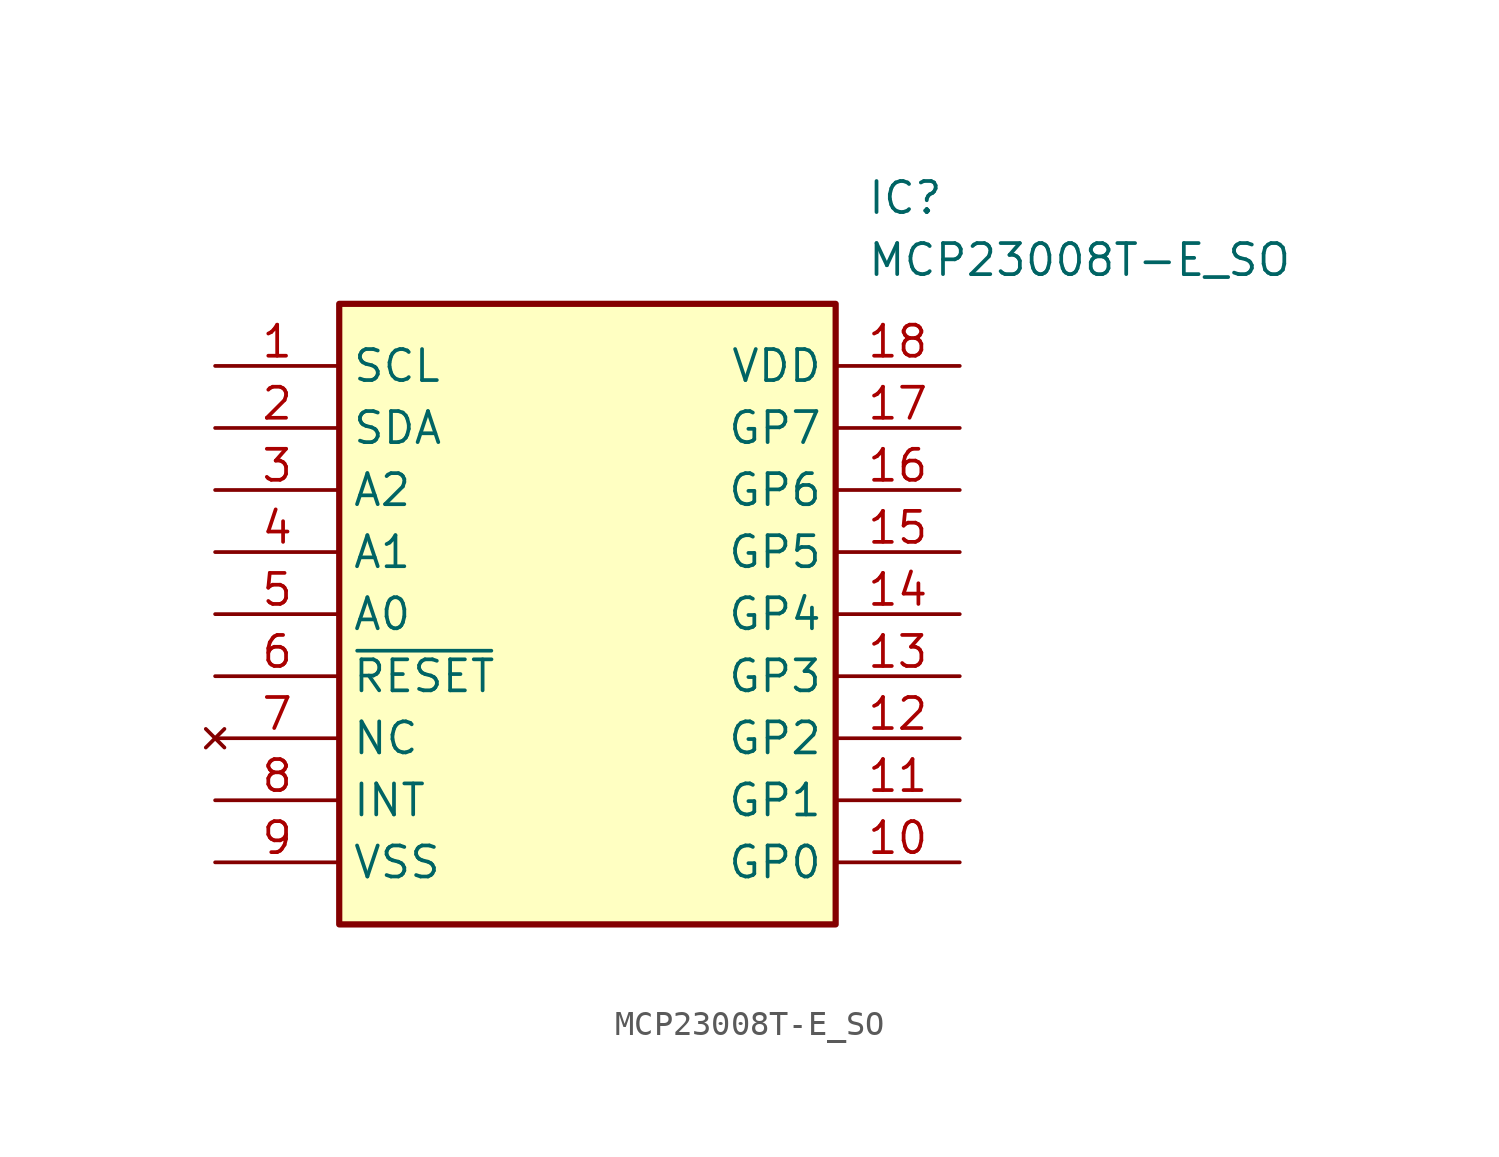
<source format=kicad_sym>
(kicad_symbol_lib
  (version 20211014)
  (generator SamacSys_ECAD_Model)
  (symbol "MCP23008T-E_SO"
    (property "Reference" "IC"
      (at 26.67 7.62 0)
      (effects (font (size 1.27 1.27)) (justify left top)))
    (property "Value" "MCP23008T-E_SO"
      (at 26.67 5.08 0)
      (effects (font (size 1.27 1.27)) (justify left top)))
    (rectangle
      (start 5.08 2.54)
      (end 25.4 -22.86)
      (stroke (width 0.254) (type default))
      (fill (type background)))
    (pin passive line
      (at 0 0 0)
      (length 5.08)
      (name "SCL" (effects (font (size 1.27 1.27))))
      (number "1" (effects (font (size 1.27 1.27)))))
    (pin passive line
      (at 0 -2.54 0)
      (length 5.08)
      (name "SDA" (effects (font (size 1.27 1.27))))
      (number "2" (effects (font (size 1.27 1.27)))))
    (pin passive line
      (at 0 -5.08 0)
      (length 5.08)
      (name "A2" (effects (font (size 1.27 1.27))))
      (number "3" (effects (font (size 1.27 1.27)))))
    (pin passive line
      (at 0 -7.62 0)
      (length 5.08)
      (name "A1" (effects (font (size 1.27 1.27))))
      (number "4" (effects (font (size 1.27 1.27)))))
    (pin passive line
      (at 0 -10.16 0)
      (length 5.08)
      (name "A0" (effects (font (size 1.27 1.27))))
      (number "5" (effects (font (size 1.27 1.27)))))
    (pin passive line
      (at 0 -12.7 0)
      (length 5.08)
      (name "~{RESET}" (effects (font (size 1.27 1.27))))
      (number "6" (effects (font (size 1.27 1.27)))))
    (pin no_connect line
      (at 0 -15.24 0)
      (length 5.08)
      (name "NC" (effects (font (size 1.27 1.27))))
      (number "7" (effects (font (size 1.27 1.27)))))
    (pin passive line
      (at 0 -17.78 0)
      (length 5.08)
      (name "INT" (effects (font (size 1.27 1.27))))
      (number "8" (effects (font (size 1.27 1.27)))))
    (pin passive line
      (at 0 -20.32 0)
      (length 5.08)
      (name "VSS" (effects (font (size 1.27 1.27))))
      (number "9" (effects (font (size 1.27 1.27)))))
    (pin passive line
      (at 30.48 0 180)
      (length 5.08)
      (name "VDD" (effects (font (size 1.27 1.27))))
      (number "18" (effects (font (size 1.27 1.27)))))
    (pin passive line
      (at 30.48 -2.54 180)
      (length 5.08)
      (name "GP7" (effects (font (size 1.27 1.27))))
      (number "17" (effects (font (size 1.27 1.27)))))
    (pin passive line
      (at 30.48 -5.08 180)
      (length 5.08)
      (name "GP6" (effects (font (size 1.27 1.27))))
      (number "16" (effects (font (size 1.27 1.27)))))
    (pin passive line
      (at 30.48 -7.62 180)
      (length 5.08)
      (name "GP5" (effects (font (size 1.27 1.27))))
      (number "15" (effects (font (size 1.27 1.27)))))
    (pin passive line
      (at 30.48 -10.16 180)
      (length 5.08)
      (name "GP4" (effects (font (size 1.27 1.27))))
      (number "14" (effects (font (size 1.27 1.27)))))
    (pin passive line
      (at 30.48 -12.7 180)
      (length 5.08)
      (name "GP3" (effects (font (size 1.27 1.27))))
      (number "13" (effects (font (size 1.27 1.27)))))
    (pin passive line
      (at 30.48 -15.24 180)
      (length 5.08)
      (name "GP2" (effects (font (size 1.27 1.27))))
      (number "12" (effects (font (size 1.27 1.27)))))
    (pin passive line
      (at 30.48 -17.78 180)
      (length 5.08)
      (name "GP1" (effects (font (size 1.27 1.27))))
      (number "11" (effects (font (size 1.27 1.27)))))
    (pin passive line
      (at 30.48 -20.32 180)
      (length 5.08)
      (name "GP0" (effects (font (size 1.27 1.27))))
      (number "10" (effects (font (size 1.27 1.27)))))))
</source>
